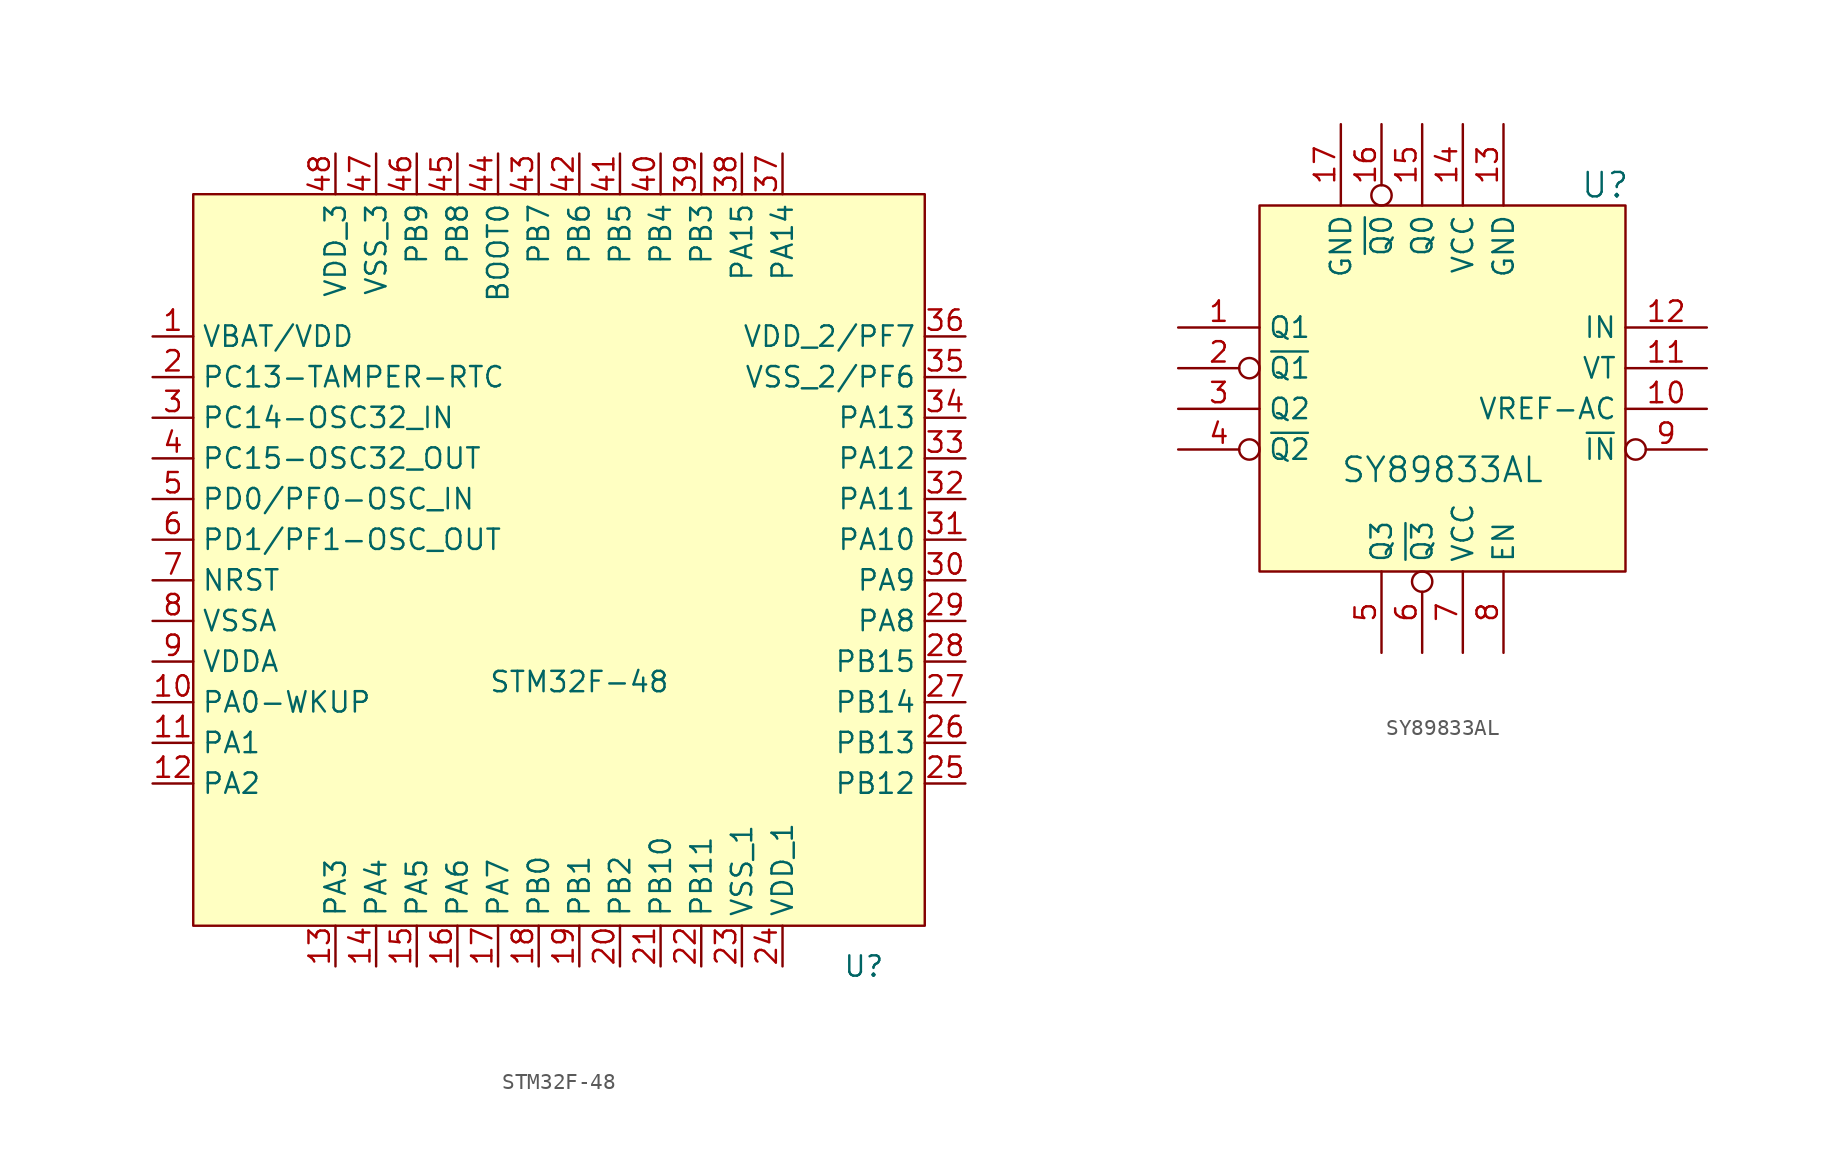
<source format=kicad_sym>
(kicad_symbol_lib
  (version 20231120)
  (generator "kicad_symbol_editor")
  (generator_version "8.0")
  (symbol "STM32F-48"
    (property "Reference" "U"
      (at 19.05 -25.4 0)
      (effects (font (size 1.27 1.27))))
    (property "Value" "STM32F-48"
      (at 1.27 -7.62 0)
      (effects (font (size 1.27 1.27))))
    (symbol "STM32F-48_0_1"
      (rectangle (start -22.86 22.86) (end 22.86 -22.86) (stroke (width 0) (type default)) (fill (type background))))
    (symbol "STM32F-48_1_1"
      (pin power_in line (at -25.4 13.97 0) (length 2.54) (name "VBAT/VDD" (effects (font (size 1.27 1.27)))) (number "1" (effects (font (size 1.27 1.27)))))
      (pin bidirectional line (at -25.4 -8.89 0) (length 2.54) (name "PA0-WKUP" (effects (font (size 1.27 1.27)))) (number "10" (effects (font (size 1.27 1.27)))))
      (pin bidirectional line (at -25.4 -11.43 0) (length 2.54) (name "PA1" (effects (font (size 1.27 1.27)))) (number "11" (effects (font (size 1.27 1.27)))))
      (pin bidirectional line (at -25.4 -13.97 0) (length 2.54) (name "PA2" (effects (font (size 1.27 1.27)))) (number "12" (effects (font (size 1.27 1.27)))))
      (pin bidirectional line (at -13.97 -25.4 90) (length 2.54) (name "PA3" (effects (font (size 1.27 1.27)))) (number "13" (effects (font (size 1.27 1.27)))))
      (pin bidirectional line (at -11.43 -25.4 90) (length 2.54) (name "PA4" (effects (font (size 1.27 1.27)))) (number "14" (effects (font (size 1.27 1.27)))))
      (pin bidirectional line (at -8.89 -25.4 90) (length 2.54) (name "PA5" (effects (font (size 1.27 1.27)))) (number "15" (effects (font (size 1.27 1.27)))))
      (pin bidirectional line (at -6.35 -25.4 90) (length 2.54) (name "PA6" (effects (font (size 1.27 1.27)))) (number "16" (effects (font (size 1.27 1.27)))))
      (pin bidirectional line (at -3.81 -25.4 90) (length 2.54) (name "PA7" (effects (font (size 1.27 1.27)))) (number "17" (effects (font (size 1.27 1.27)))))
      (pin bidirectional line (at -1.27 -25.4 90) (length 2.54) (name "PB0" (effects (font (size 1.27 1.27)))) (number "18" (effects (font (size 1.27 1.27)))))
      (pin bidirectional line (at 1.27 -25.4 90) (length 2.54) (name "PB1" (effects (font (size 1.27 1.27)))) (number "19" (effects (font (size 1.27 1.27)))))
      (pin bidirectional line (at -25.4 11.43 0) (length 2.54) (name "PC13-TAMPER-RTC" (effects (font (size 1.27 1.27)))) (number "2" (effects (font (size 1.27 1.27)))))
      (pin bidirectional line (at 3.81 -25.4 90) (length 2.54) (name "PB2" (effects (font (size 1.27 1.27)))) (number "20" (effects (font (size 1.27 1.27)))))
      (pin bidirectional line (at 6.35 -25.4 90) (length 2.54) (name "PB10" (effects (font (size 1.27 1.27)))) (number "21" (effects (font (size 1.27 1.27)))))
      (pin bidirectional line (at 8.89 -25.4 90) (length 2.54) (name "PB11" (effects (font (size 1.27 1.27)))) (number "22" (effects (font (size 1.27 1.27)))))
      (pin power_in line (at 11.43 -25.4 90) (length 2.54) (name "VSS_1" (effects (font (size 1.27 1.27)))) (number "23" (effects (font (size 1.27 1.27)))))
      (pin power_in line (at 13.97 -25.4 90) (length 2.54) (name "VDD_1" (effects (font (size 1.27 1.27)))) (number "24" (effects (font (size 1.27 1.27)))))
      (pin bidirectional line (at 25.4 -13.97 180) (length 2.54) (name "PB12" (effects (font (size 1.27 1.27)))) (number "25" (effects (font (size 1.27 1.27)))))
      (pin bidirectional line (at 25.4 -11.43 180) (length 2.54) (name "PB13" (effects (font (size 1.27 1.27)))) (number "26" (effects (font (size 1.27 1.27)))))
      (pin bidirectional line (at 25.4 -8.89 180) (length 2.54) (name "PB14" (effects (font (size 1.27 1.27)))) (number "27" (effects (font (size 1.27 1.27)))))
      (pin bidirectional line (at 25.4 -6.35 180) (length 2.54) (name "PB15" (effects (font (size 1.27 1.27)))) (number "28" (effects (font (size 1.27 1.27)))))
      (pin bidirectional line (at 25.4 -3.81 180) (length 2.54) (name "PA8" (effects (font (size 1.27 1.27)))) (number "29" (effects (font (size 1.27 1.27)))))
      (pin bidirectional line (at -25.4 8.89 0) (length 2.54) (name "PC14-OSC32_IN" (effects (font (size 1.27 1.27)))) (number "3" (effects (font (size 1.27 1.27)))))
      (pin bidirectional line (at 25.4 -1.27 180) (length 2.54) (name "PA9" (effects (font (size 1.27 1.27)))) (number "30" (effects (font (size 1.27 1.27)))))
      (pin bidirectional line (at 25.4 1.27 180) (length 2.54) (name "PA10" (effects (font (size 1.27 1.27)))) (number "31" (effects (font (size 1.27 1.27)))))
      (pin bidirectional line (at 25.4 3.81 180) (length 2.54) (name "PA11" (effects (font (size 1.27 1.27)))) (number "32" (effects (font (size 1.27 1.27)))))
      (pin bidirectional line (at 25.4 6.35 180) (length 2.54) (name "PA12" (effects (font (size 1.27 1.27)))) (number "33" (effects (font (size 1.27 1.27)))))
      (pin bidirectional line (at 25.4 8.89 180) (length 2.54) (name "PA13" (effects (font (size 1.27 1.27)))) (number "34" (effects (font (size 1.27 1.27)))))
      (pin power_in line (at 25.4 11.43 180) (length 2.54) (name "VSS_2/PF6" (effects (font (size 1.27 1.27)))) (number "35" (effects (font (size 1.27 1.27)))))
      (pin power_in line (at 25.4 13.97 180) (length 2.54) (name "VDD_2/PF7" (effects (font (size 1.27 1.27)))) (number "36" (effects (font (size 1.27 1.27)))))
      (pin bidirectional line (at 13.97 25.4 270) (length 2.54) (name "PA14" (effects (font (size 1.27 1.27)))) (number "37" (effects (font (size 1.27 1.27)))))
      (pin bidirectional line (at 11.43 25.4 270) (length 2.54) (name "PA15" (effects (font (size 1.27 1.27)))) (number "38" (effects (font (size 1.27 1.27)))))
      (pin bidirectional line (at 8.89 25.4 270) (length 2.54) (name "PB3" (effects (font (size 1.27 1.27)))) (number "39" (effects (font (size 1.27 1.27)))))
      (pin bidirectional line (at -25.4 6.35 0) (length 2.54) (name "PC15-OSC32_OUT" (effects (font (size 1.27 1.27)))) (number "4" (effects (font (size 1.27 1.27)))))
      (pin bidirectional line (at 6.35 25.4 270) (length 2.54) (name "PB4" (effects (font (size 1.27 1.27)))) (number "40" (effects (font (size 1.27 1.27)))))
      (pin bidirectional line (at 3.81 25.4 270) (length 2.54) (name "PB5" (effects (font (size 1.27 1.27)))) (number "41" (effects (font (size 1.27 1.27)))))
      (pin bidirectional line (at 1.27 25.4 270) (length 2.54) (name "PB6" (effects (font (size 1.27 1.27)))) (number "42" (effects (font (size 1.27 1.27)))))
      (pin bidirectional line (at -1.27 25.4 270) (length 2.54) (name "PB7" (effects (font (size 1.27 1.27)))) (number "43" (effects (font (size 1.27 1.27)))))
      (pin input line (at -3.81 25.4 270) (length 2.54) (name "BOOT0" (effects (font (size 1.27 1.27)))) (number "44" (effects (font (size 1.27 1.27)))))
      (pin bidirectional line (at -6.35 25.4 270) (length 2.54) (name "PB8" (effects (font (size 1.27 1.27)))) (number "45" (effects (font (size 1.27 1.27)))))
      (pin bidirectional line (at -8.89 25.4 270) (length 2.54) (name "PB9" (effects (font (size 1.27 1.27)))) (number "46" (effects (font (size 1.27 1.27)))))
      (pin power_in line (at -11.43 25.4 270) (length 2.54) (name "VSS_3" (effects (font (size 1.27 1.27)))) (number "47" (effects (font (size 1.27 1.27)))))
      (pin power_in line (at -13.97 25.4 270) (length 2.54) (name "VDD_3" (effects (font (size 1.27 1.27)))) (number "48" (effects (font (size 1.27 1.27)))))
      (pin bidirectional line (at -25.4 3.81 0) (length 2.54) (name "PD0/PF0-OSC_IN" (effects (font (size 1.27 1.27)))) (number "5" (effects (font (size 1.27 1.27)))))
      (pin bidirectional line (at -25.4 1.27 0) (length 2.54) (name "PD1/PF1-OSC_OUT" (effects (font (size 1.27 1.27)))) (number "6" (effects (font (size 1.27 1.27)))))
      (pin bidirectional line (at -25.4 -1.27 0) (length 2.54) (name "NRST" (effects (font (size 1.27 1.27)))) (number "7" (effects (font (size 1.27 1.27)))))
      (pin power_in line (at -25.4 -3.81 0) (length 2.54) (name "VSSA" (effects (font (size 1.27 1.27)))) (number "8" (effects (font (size 1.27 1.27)))))
      (pin power_in line (at -25.4 -6.35 0) (length 2.54) (name "VDDA" (effects (font (size 1.27 1.27)))) (number "9" (effects (font (size 1.27 1.27)))))))
  (symbol "SY89833AL"
    (property "Reference" "U"
      (at 10.16 12.7 0)
      (effects (font (size 1.524 1.524))))
    (property "Value" "SY89833AL"
      (at 0 -5.08 0)
      (effects (font (size 1.524 1.524))))
    (property "Footprint" ""
      (at 0 0 0)
      (effects (font (size 1.524 1.524))))
    (property "Datasheet" ""
      (at 0 0 0)
      (effects (font (size 1.524 1.524))))
    (symbol "SY89833AL_0_1"
      (rectangle (start -11.43 11.43) (end 11.43 -11.43) (stroke (width 0) (type default)) (fill (type background))))
    (symbol "SY89833AL_1_1"
      (pin output line (at -16.51 3.81 0) (length 5.08) (name "Q1" (effects (font (size 1.27 1.27)))) (number "1" (effects (font (size 1.27 1.27)))))
      (pin output line (at 16.51 -1.27 180) (length 5.08) (name "VREF-AC" (effects (font (size 1.27 1.27)))) (number "10" (effects (font (size 1.27 1.27)))))
      (pin passive line (at 16.51 1.27 180) (length 5.08) (name "VT" (effects (font (size 1.27 1.27)))) (number "11" (effects (font (size 1.27 1.27)))))
      (pin input line (at 16.51 3.81 180) (length 5.08) (name "IN" (effects (font (size 1.27 1.27)))) (number "12" (effects (font (size 1.27 1.27)))))
      (pin power_in line (at 3.81 16.51 270) (length 5.08) (name "GND" (effects (font (size 1.27 1.27)))) (number "13" (effects (font (size 1.27 1.27)))))
      (pin power_in line (at 1.27 16.51 270) (length 5.08) (name "VCC" (effects (font (size 1.27 1.27)))) (number "14" (effects (font (size 1.27 1.27)))))
      (pin output line (at -1.27 16.51 270) (length 5.08) (name "Q0" (effects (font (size 1.27 1.27)))) (number "15" (effects (font (size 1.27 1.27)))))
      (pin output inverted (at -3.81 16.51 270) (length 5.08) (name "~{Q0}" (effects (font (size 1.27 1.27)))) (number "16" (effects (font (size 1.27 1.27)))))
      (pin power_in line (at -6.35 16.51 270) (length 5.08) (name "GND" (effects (font (size 1.27 1.27)))) (number "17" (effects (font (size 1.27 1.27)))))
      (pin output inverted (at -16.51 1.27 0) (length 5.08) (name "~{Q1}" (effects (font (size 1.27 1.27)))) (number "2" (effects (font (size 1.27 1.27)))))
      (pin output line (at -16.51 -1.27 0) (length 5.08) (name "Q2" (effects (font (size 1.27 1.27)))) (number "3" (effects (font (size 1.27 1.27)))))
      (pin output inverted (at -16.51 -3.81 0) (length 5.08) (name "~{Q2}" (effects (font (size 1.27 1.27)))) (number "4" (effects (font (size 1.27 1.27)))))
      (pin output line (at -3.81 -16.51 90) (length 5.08) (name "Q3" (effects (font (size 1.27 1.27)))) (number "5" (effects (font (size 1.27 1.27)))))
      (pin output inverted (at -1.27 -16.51 90) (length 5.08) (name "~{Q3}" (effects (font (size 1.27 1.27)))) (number "6" (effects (font (size 1.27 1.27)))))
      (pin power_in line (at 1.27 -16.51 90) (length 5.08) (name "VCC" (effects (font (size 1.27 1.27)))) (number "7" (effects (font (size 1.27 1.27)))))
      (pin input line (at 3.81 -16.51 90) (length 5.08) (name "EN" (effects (font (size 1.27 1.27)))) (number "8" (effects (font (size 1.27 1.27)))))
      (pin input inverted (at 16.51 -3.81 180) (length 5.08) (name "~{IN}" (effects (font (size 1.27 1.27)))) (number "9" (effects (font (size 1.27 1.27))))))))
</source>
